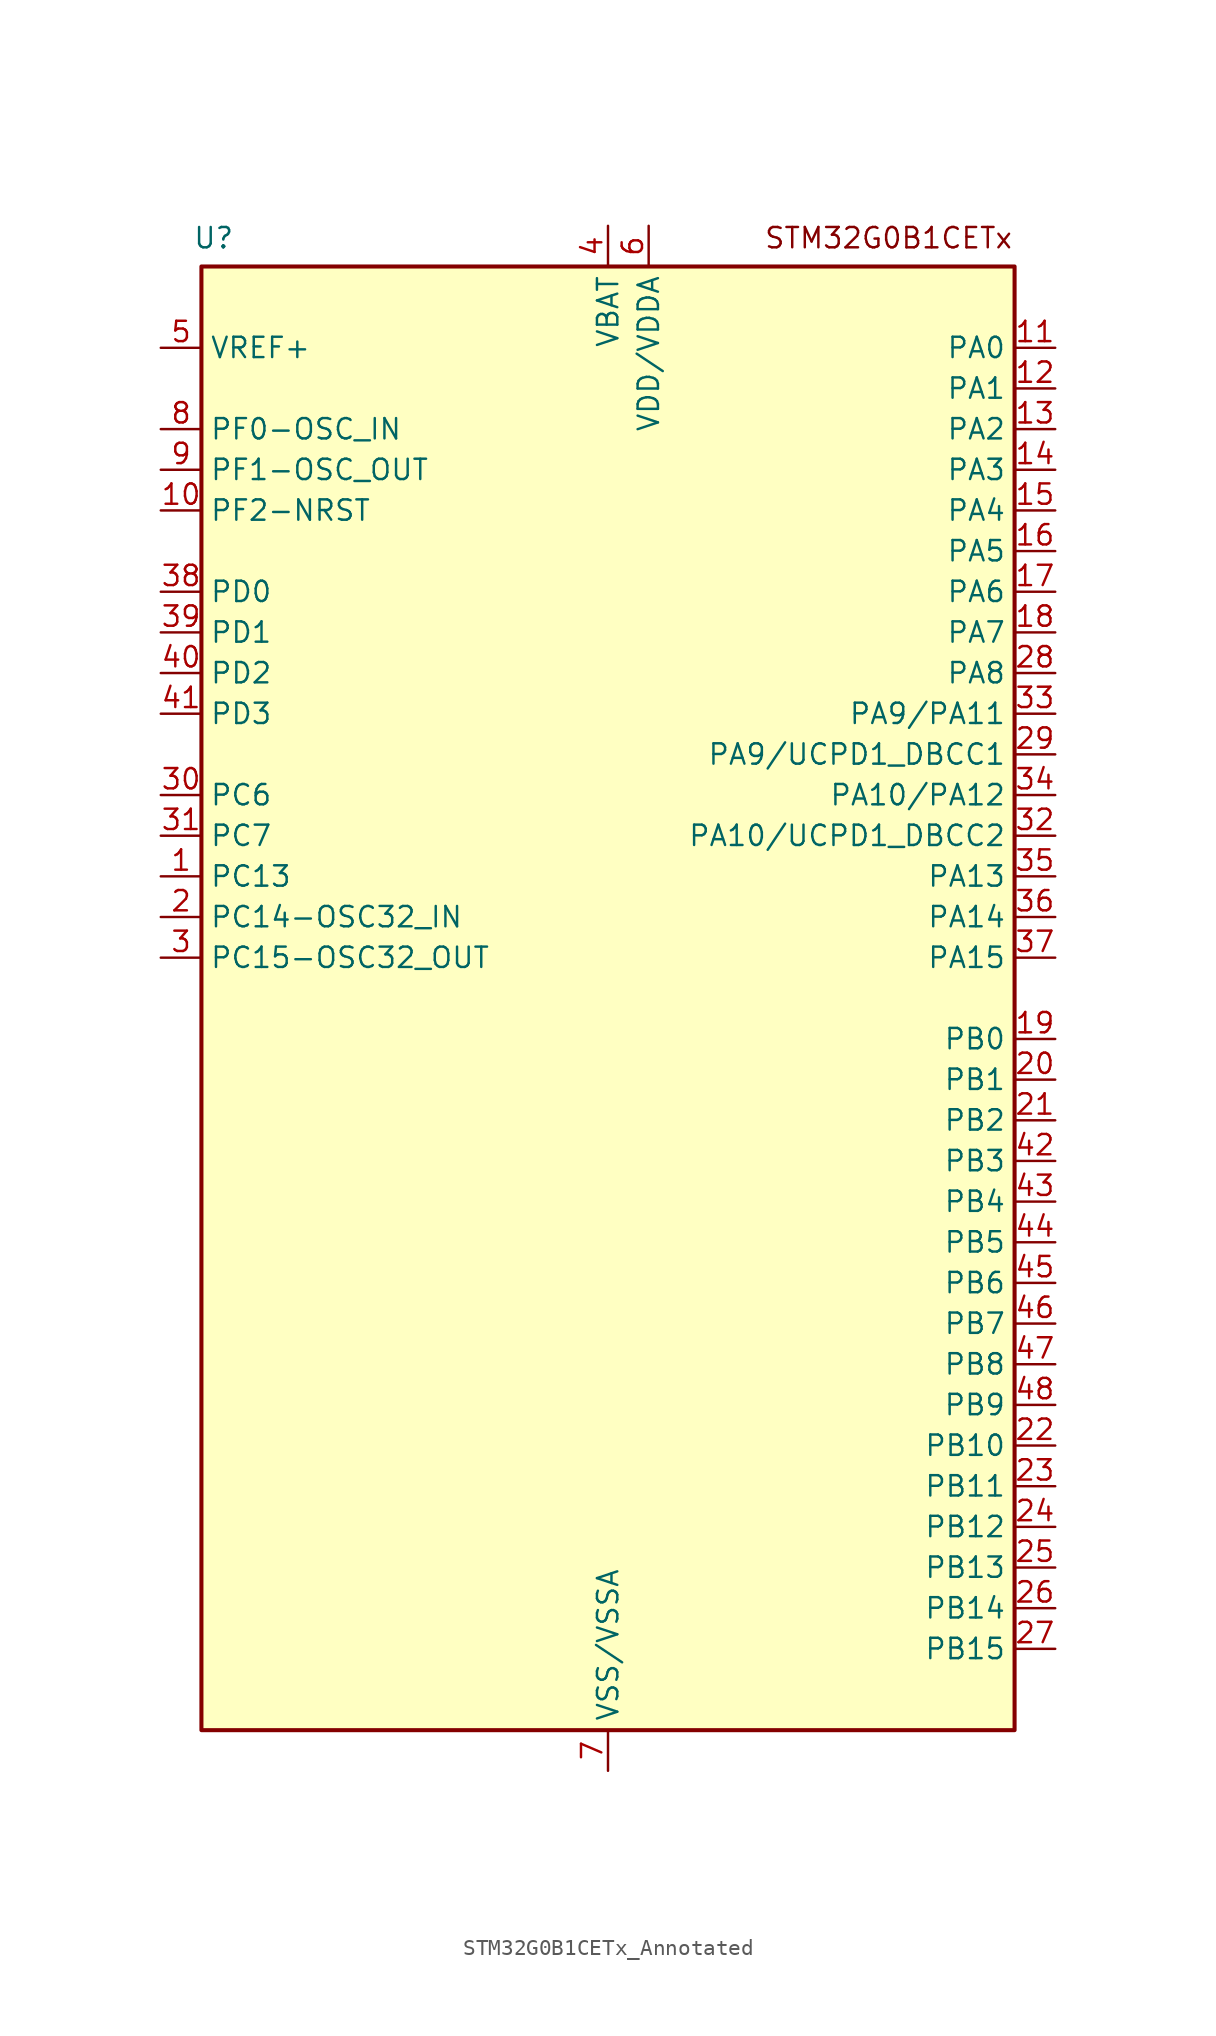
<source format=kicad_sym>
(kicad_symbol_lib
  (version 20241209)
  (generator "kicad_symbol_editor")
  (generator_version "9.0")
  (symbol "STM32G0B1CETx_Annotated"
    (property "Reference" "U"
      (at -24.638 55.118 0)
      (effects (font (size 1.27 1.27))))
    (property "Value" ""
      (at 0 0 0)
      (effects (font (size 1.27 1.27))))
    (symbol "STM32G0B1CETx_Annotated_0_1"
      (rectangle (start -25.4 53.34) (end 25.4 -38.1) (stroke (width 0.254) (type default)) (fill (type background))))
    (symbol "STM32G0B1CETx_Annotated_1_1"
      (text "STM32G0B1CETx\n" (at 17.526 55.118 0) (effects (font (size 1.27 1.27))))
      (pin input line (at -27.94 48.26 0) (length 2.54) (name "VREF+" (effects (font (size 1.27 1.27)))) (number "5" (effects (font (size 1.27 1.27)))) (alternate "VREFBUF_OUT" bidirectional line))
      (pin bidirectional line (at -27.94 43.18 0) (length 2.54) (name "PF0-OSC_IN" (effects (font (size 1.27 1.27)))) (number "8" (effects (font (size 1.27 1.27)))) (alternate "CRS1_SYNC" bidirectional line) (alternate "RCC_OSC_IN" bidirectional line) (alternate "TIM14_CH1" bidirectional line))
      (pin bidirectional line (at -27.94 40.64 0) (length 2.54) (name "PF1-OSC_OUT" (effects (font (size 1.27 1.27)))) (number "9" (effects (font (size 1.27 1.27)))) (alternate "RCC_OSC_EN" bidirectional line) (alternate "RCC_OSC_OUT" bidirectional line) (alternate "TIM15_CH1N" bidirectional line))
      (pin bidirectional line (at -27.94 38.1 0) (length 2.54) (name "PF2-NRST" (effects (font (size 1.27 1.27)))) (number "10" (effects (font (size 1.27 1.27)))) (alternate "LPUART2_DE" bidirectional line) (alternate "LPUART2_RTS" bidirectional line) (alternate "LPUART2_TX" bidirectional line) (alternate "RCC_MCO" bidirectional line))
      (pin bidirectional line (at -27.94 33.02 0) (length 2.54) (name "PD0" (effects (font (size 1.27 1.27)))) (number "38" (effects (font (size 1.27 1.27)))) (alternate "FDCAN1_RX" bidirectional line) (alternate "I2S2_WS" bidirectional line) (alternate "SPI2_NSS" bidirectional line) (alternate "TIM16_CH1" bidirectional line) (alternate "UCPD2_CC1" bidirectional line))
      (pin bidirectional line (at -27.94 30.48 0) (length 2.54) (name "PD1" (effects (font (size 1.27 1.27)))) (number "39" (effects (font (size 1.27 1.27)))) (alternate "FDCAN1_TX" bidirectional line) (alternate "I2S2_CK" bidirectional line) (alternate "SPI2_SCK" bidirectional line) (alternate "TIM17_CH1" bidirectional line) (alternate "UCPD2_DBCC1" bidirectional line))
      (pin bidirectional line (at -27.94 27.94 0) (length 2.54) (name "PD2" (effects (font (size 1.27 1.27)))) (number "40" (effects (font (size 1.27 1.27)))) (alternate "TIM1_CH1N" bidirectional line) (alternate "TIM3_ETR" bidirectional line) (alternate "UCPD2_CC2" bidirectional line) (alternate "USART3_CK" bidirectional line) (alternate "USART3_DE" bidirectional line) (alternate "USART3_RTS" bidirectional line) (alternate "USART5_RX" bidirectional line))
      (pin bidirectional line (at -27.94 25.4 0) (length 2.54) (name "PD3" (effects (font (size 1.27 1.27)))) (number "41" (effects (font (size 1.27 1.27)))) (alternate "I2S2_MCK" bidirectional line) (alternate "SPI2_MISO" bidirectional line) (alternate "TIM1_CH2N" bidirectional line) (alternate "UCPD2_DBCC2" bidirectional line) (alternate "USART2_CTS" bidirectional line) (alternate "USART2_NSS" bidirectional line) (alternate "USART5_TX" bidirectional line))
      (pin bidirectional line (at -27.94 20.32 0) (length 2.54) (name "PC6" (effects (font (size 1.27 1.27)))) (number "30" (effects (font (size 1.27 1.27)))) (alternate "LPUART2_TX" bidirectional line) (alternate "TIM2_CH3" bidirectional line) (alternate "TIM3_CH1" bidirectional line) (alternate "UCPD1_FRSTX1" bidirectional line) (alternate "UCPD1_FRSTX2" bidirectional line))
      (pin bidirectional line (at -27.94 17.78 0) (length 2.54) (name "PC7" (effects (font (size 1.27 1.27)))) (number "31" (effects (font (size 1.27 1.27)))) (alternate "LPUART2_RX" bidirectional line) (alternate "TIM2_CH4" bidirectional line) (alternate "TIM3_CH2" bidirectional line) (alternate "UCPD2_FRSTX1" bidirectional line) (alternate "UCPD2_FRSTX2" bidirectional line))
      (pin bidirectional line (at -27.94 15.24 0) (length 2.54) (name "PC13" (effects (font (size 1.27 1.27)))) (number "1" (effects (font (size 1.27 1.27)))) (alternate "RTC_OUT1" bidirectional line) (alternate "RTC_TAMP_IN1" bidirectional line) (alternate "RTC_TS" bidirectional line) (alternate "SYS_WKUP2" bidirectional line) (alternate "TIM1_BK" bidirectional line))
      (pin bidirectional line (at -27.94 12.7 0) (length 2.54) (name "PC14-OSC32_IN" (effects (font (size 1.27 1.27)))) (number "2" (effects (font (size 1.27 1.27)))) (alternate "RCC_OSC32_IN" bidirectional line) (alternate "TIM1_BK2" bidirectional line))
      (pin bidirectional line (at -27.94 10.16 0) (length 2.54) (name "PC15-OSC32_OUT" (effects (font (size 1.27 1.27)))) (number "3" (effects (font (size 1.27 1.27)))) (alternate "RCC_OSC32_EN" bidirectional line) (alternate "RCC_OSC32_OUT" bidirectional line) (alternate "RCC_OSC_EN" bidirectional line) (alternate "TIM15_BK" bidirectional line))
      (pin power_in line (at 0 55.88 270) (length 2.54) (name "VBAT" (effects (font (size 1.27 1.27)))) (number "4" (effects (font (size 1.27 1.27)))))
      (pin power_in line (at 0 -40.64 90) (length 2.54) (name "VSS/VSSA" (effects (font (size 1.27 1.27)))) (number "7" (effects (font (size 1.27 1.27)))))
      (pin power_in line (at 2.54 55.88 270) (length 2.54) (name "VDD/VDDA" (effects (font (size 1.27 1.27)))) (number "6" (effects (font (size 1.27 1.27)))))
      (pin bidirectional line (at 27.94 48.26 180) (length 2.54) (name "PA0" (effects (font (size 1.27 1.27)))) (number "11" (effects (font (size 1.27 1.27)))) (alternate "ADC1_IN0" bidirectional line) (alternate "COMP1_INM" bidirectional line) (alternate "COMP1_OUT" bidirectional line) (alternate "I2S2_CK" bidirectional line) (alternate "LPTIM1_OUT" bidirectional line) (alternate "RTC_TAMP_IN2" bidirectional line) (alternate "SPI2_SCK" bidirectional line) (alternate "SYS_WKUP1" bidirectional line) (alternate "TIM2_CH1" bidirectional line) (alternate "TIM2_ETR" bidirectional line) (alternate "UCPD2_FRSTX1" bidirectional line) (alternate "UCPD2_FRSTX2" bidirectional line) (alternate "USART2_CTS" bidirectional line) (alternate "USART2_NSS" bidirectional line) (alternate "USART4_TX" bidirectional line))
      (pin bidirectional line (at 27.94 45.72 180) (length 2.54) (name "PA1" (effects (font (size 1.27 1.27)))) (number "12" (effects (font (size 1.27 1.27)))) (alternate "ADC1_IN1" bidirectional line) (alternate "COMP1_INP" bidirectional line) (alternate "I2C1_SMBA" bidirectional line) (alternate "I2S1_CK" bidirectional line) (alternate "SPI1_SCK" bidirectional line) (alternate "TIM15_CH1N" bidirectional line) (alternate "TIM2_CH2" bidirectional line) (alternate "USART2_CK" bidirectional line) (alternate "USART2_DE" bidirectional line) (alternate "USART2_RTS" bidirectional line) (alternate "USART4_RX" bidirectional line))
      (pin bidirectional line (at 27.94 43.18 180) (length 2.54) (name "PA2" (effects (font (size 1.27 1.27)))) (number "13" (effects (font (size 1.27 1.27)))) (alternate "ADC1_IN2" bidirectional line) (alternate "COMP2_INM" bidirectional line) (alternate "COMP2_OUT" bidirectional line) (alternate "I2S1_SD" bidirectional line) (alternate "LPUART1_TX" bidirectional line) (alternate "RCC_LSCO" bidirectional line) (alternate "SPI1_MOSI" bidirectional line) (alternate "SYS_WKUP4" bidirectional line) (alternate "TIM15_CH1" bidirectional line) (alternate "TIM2_CH3" bidirectional line) (alternate "UCPD1_FRSTX1" bidirectional line) (alternate "UCPD1_FRSTX2" bidirectional line) (alternate "USART2_TX" bidirectional line))
      (pin bidirectional line (at 27.94 40.64 180) (length 2.54) (name "PA3" (effects (font (size 1.27 1.27)))) (number "14" (effects (font (size 1.27 1.27)))) (alternate "ADC1_IN3" bidirectional line) (alternate "COMP2_INP" bidirectional line) (alternate "I2S2_MCK" bidirectional line) (alternate "LPUART1_RX" bidirectional line) (alternate "SPI2_MISO" bidirectional line) (alternate "TIM15_CH2" bidirectional line) (alternate "TIM2_CH4" bidirectional line) (alternate "UCPD2_FRSTX1" bidirectional line) (alternate "UCPD2_FRSTX2" bidirectional line) (alternate "USART2_RX" bidirectional line))
      (pin bidirectional line (at 27.94 38.1 180) (length 2.54) (name "PA4" (effects (font (size 1.27 1.27)))) (number "15" (effects (font (size 1.27 1.27)))) (alternate "ADC1_IN4" bidirectional line) (alternate "DAC1_OUT1" bidirectional line) (alternate "I2S1_WS" bidirectional line) (alternate "I2S2_SD" bidirectional line) (alternate "LPTIM2_OUT" bidirectional line) (alternate "RTC_OUT2" bidirectional line) (alternate "SPI1_NSS" bidirectional line) (alternate "SPI2_MOSI" bidirectional line) (alternate "SPI3_NSS" bidirectional line) (alternate "TIM14_CH1" bidirectional line) (alternate "UCPD2_FRSTX1" bidirectional line) (alternate "UCPD2_FRSTX2" bidirectional line) (alternate "USART6_TX" bidirectional line) (alternate "USB_NOE" bidirectional line))
      (pin bidirectional line (at 27.94 35.56 180) (length 2.54) (name "PA5" (effects (font (size 1.27 1.27)))) (number "16" (effects (font (size 1.27 1.27)))) (alternate "ADC1_IN5" bidirectional line) (alternate "CEC" bidirectional line) (alternate "DAC1_OUT2" bidirectional line) (alternate "I2S1_CK" bidirectional line) (alternate "LPTIM2_ETR" bidirectional line) (alternate "SPI1_SCK" bidirectional line) (alternate "TIM2_CH1" bidirectional line) (alternate "TIM2_ETR" bidirectional line) (alternate "UCPD1_FRSTX1" bidirectional line) (alternate "UCPD1_FRSTX2" bidirectional line) (alternate "USART3_TX" bidirectional line) (alternate "USART6_RX" bidirectional line))
      (pin bidirectional line (at 27.94 33.02 180) (length 2.54) (name "PA6" (effects (font (size 1.27 1.27)))) (number "17" (effects (font (size 1.27 1.27)))) (alternate "ADC1_IN6" bidirectional line) (alternate "COMP1_OUT" bidirectional line) (alternate "I2C2_SDA" bidirectional line) (alternate "I2C3_SDA" bidirectional line) (alternate "I2S1_MCK" bidirectional line) (alternate "LPUART1_CTS" bidirectional line) (alternate "SPI1_MISO" bidirectional line) (alternate "TIM16_CH1" bidirectional line) (alternate "TIM1_BK" bidirectional line) (alternate "TIM3_CH1" bidirectional line) (alternate "USART3_CTS" bidirectional line) (alternate "USART3_NSS" bidirectional line) (alternate "USART6_CTS" bidirectional line) (alternate "USART6_NSS" bidirectional line))
      (pin bidirectional line (at 27.94 30.48 180) (length 2.54) (name "PA7" (effects (font (size 1.27 1.27)))) (number "18" (effects (font (size 1.27 1.27)))) (alternate "ADC1_IN7" bidirectional line) (alternate "COMP2_OUT" bidirectional line) (alternate "I2C2_SCL" bidirectional line) (alternate "I2C3_SCL" bidirectional line) (alternate "I2S1_SD" bidirectional line) (alternate "SPI1_MOSI" bidirectional line) (alternate "TIM14_CH1" bidirectional line) (alternate "TIM17_CH1" bidirectional line) (alternate "TIM1_CH1N" bidirectional line) (alternate "TIM3_CH2" bidirectional line) (alternate "UCPD1_FRSTX1" bidirectional line) (alternate "UCPD1_FRSTX2" bidirectional line) (alternate "USART6_CK" bidirectional line) (alternate "USART6_DE" bidirectional line) (alternate "USART6_RTS" bidirectional line))
      (pin bidirectional line (at 27.94 27.94 180) (length 2.54) (name "PA8" (effects (font (size 1.27 1.27)))) (number "28" (effects (font (size 1.27 1.27)))) (alternate "CRS1_SYNC" bidirectional line) (alternate "I2C2_SMBA" bidirectional line) (alternate "I2S2_WS" bidirectional line) (alternate "LPTIM2_OUT" bidirectional line) (alternate "RCC_MCO" bidirectional line) (alternate "SPI2_NSS" bidirectional line) (alternate "TIM1_CH1" bidirectional line) (alternate "UCPD1_CC1" bidirectional line))
      (pin bidirectional line (at 27.94 25.4 180) (length 2.54) (name "PA9/PA11" (effects (font (size 1.27 1.27)))) (number "33" (effects (font (size 1.27 1.27)))) (alternate "ADC1_EXTI11 (PA11)" bidirectional line) (alternate "COMP1_OUT (PA11)" bidirectional line) (alternate "DAC1_EXTI9 (PA9)" bidirectional line) (alternate "FDCAN1_RX (PA11)" bidirectional line) (alternate "I2C1_SCL (PA9)" bidirectional line) (alternate "I2C2_SCL (PA11)" bidirectional line) (alternate "I2C2_SCL (PA9)" bidirectional line) (alternate "I2S1_MCK (PA11)" bidirectional line) (alternate "I2S2_MCK (PA9)" bidirectional line) (alternate "PA11" bidirectional line) (alternate "PA9" bidirectional line) (alternate "RCC_MCO (PA9)" bidirectional line) (alternate "SPI1_MISO (PA11)" bidirectional line) (alternate "SPI2_MISO (PA9)" bidirectional line) (alternate "TIM15_BK (PA9)" bidirectional line) (alternate "TIM1_BK2 (PA11)" bidirectional line) (alternate "TIM1_CH2 (PA9)" bidirectional line) (alternate "TIM1_CH4 (PA11)" bidirectional line) (alternate "UCPD1_DBCC1 (PA9)" bidirectional line) (alternate "USART1_CTS (PA11)" bidirectional line) (alternate "USART1_NSS (PA11)" bidirectional line) (alternate "USART1_TX (PA9)" bidirectional line) (alternate "USB_DM (PA11)" bidirectional line))
      (pin bidirectional line (at 27.94 22.86 180) (length 2.54) (name "PA9/UCPD1_DBCC1" (effects (font (size 1.27 1.27)))) (number "29" (effects (font (size 1.27 1.27)))) (alternate "DAC1_EXTI9 (PA9)" bidirectional line) (alternate "I2C1_SCL (PA9)" bidirectional line) (alternate "I2C2_SCL (PA9)" bidirectional line) (alternate "I2S2_MCK (PA9)" bidirectional line) (alternate "PA9" bidirectional line) (alternate "RCC_MCO (PA9)" bidirectional line) (alternate "SPI2_MISO (PA9)" bidirectional line) (alternate "TIM15_BK (PA9)" bidirectional line) (alternate "TIM1_CH2 (PA9)" bidirectional line) (alternate "UCPD1_DBCC1" bidirectional line) (alternate "UCPD1_DBCC1 (PA9)" bidirectional line) (alternate "UCPD1_DBCC1 (UCPD1_DBCC1)" bidirectional line) (alternate "USART1_TX (PA9)" bidirectional line))
      (pin bidirectional line (at 27.94 20.32 180) (length 2.54) (name "PA10/PA12" (effects (font (size 1.27 1.27)))) (number "34" (effects (font (size 1.27 1.27)))) (alternate "COMP2_OUT (PA12)" bidirectional line) (alternate "FDCAN1_TX (PA12)" bidirectional line) (alternate "I2C1_SDA (PA10)" bidirectional line) (alternate "I2C2_SDA (PA10)" bidirectional line) (alternate "I2C2_SDA (PA12)" bidirectional line) (alternate "I2S1_SD (PA12)" bidirectional line) (alternate "I2S2_SD (PA10)" bidirectional line) (alternate "I2S_CKIN (PA12)" bidirectional line) (alternate "PA10" bidirectional line) (alternate "PA12" bidirectional line) (alternate "RCC_MCO_2 (PA10)" bidirectional line) (alternate "SPI1_MOSI (PA12)" bidirectional line) (alternate "SPI2_MOSI (PA10)" bidirectional line) (alternate "TIM17_BK (PA10)" bidirectional line) (alternate "TIM1_CH3 (PA10)" bidirectional line) (alternate "TIM1_ETR (PA12)" bidirectional line) (alternate "UCPD1_DBCC2 (PA10)" bidirectional line) (alternate "USART1_CK (PA12)" bidirectional line) (alternate "USART1_DE (PA12)" bidirectional line) (alternate "USART1_RTS (PA12)" bidirectional line) (alternate "USART1_RX (PA10)" bidirectional line) (alternate "USB_DP (PA12)" bidirectional line))
      (pin bidirectional line (at 27.94 17.78 180) (length 2.54) (name "PA10/UCPD1_DBCC2" (effects (font (size 1.27 1.27)))) (number "32" (effects (font (size 1.27 1.27)))) (alternate "I2C1_SDA (PA10)" bidirectional line) (alternate "I2C2_SDA (PA10)" bidirectional line) (alternate "I2S2_SD (PA10)" bidirectional line) (alternate "PA10" bidirectional line) (alternate "RCC_MCO_2 (PA10)" bidirectional line) (alternate "SPI2_MOSI (PA10)" bidirectional line) (alternate "TIM17_BK (PA10)" bidirectional line) (alternate "TIM1_CH3 (PA10)" bidirectional line) (alternate "UCPD1_DBCC2" bidirectional line) (alternate "UCPD1_DBCC2 (PA10)" bidirectional line) (alternate "UCPD1_DBCC2 (UCPD1_DBCC2)" bidirectional line) (alternate "USART1_RX (PA10)" bidirectional line))
      (pin bidirectional line (at 27.94 15.24 180) (length 2.54) (name "PA13" (effects (font (size 1.27 1.27)))) (number "35" (effects (font (size 1.27 1.27)))) (alternate "IR_OUT" bidirectional line) (alternate "LPUART2_RX" bidirectional line) (alternate "SYS_SWDIO" bidirectional line) (alternate "USB_NOE" bidirectional line))
      (pin bidirectional line (at 27.94 12.7 180) (length 2.54) (name "PA14" (effects (font (size 1.27 1.27)))) (number "36" (effects (font (size 1.27 1.27)))) (alternate "LPUART2_TX" bidirectional line) (alternate "SYS_SWCLK" bidirectional line) (alternate "USART2_TX" bidirectional line))
      (pin bidirectional line (at 27.94 10.16 180) (length 2.54) (name "PA15" (effects (font (size 1.27 1.27)))) (number "37" (effects (font (size 1.27 1.27)))) (alternate "I2C2_SMBA" bidirectional line) (alternate "I2S1_WS" bidirectional line) (alternate "RCC_MCO_2" bidirectional line) (alternate "SPI1_NSS" bidirectional line) (alternate "SPI3_NSS" bidirectional line) (alternate "TIM2_CH1" bidirectional line) (alternate "TIM2_ETR" bidirectional line) (alternate "USART2_RX" bidirectional line) (alternate "USART3_CK" bidirectional line) (alternate "USART3_DE" bidirectional line) (alternate "USART3_RTS" bidirectional line) (alternate "USART4_CK" bidirectional line) (alternate "USART4_DE" bidirectional line) (alternate "USART4_RTS" bidirectional line) (alternate "USB_NOE" bidirectional line))
      (pin bidirectional line (at 27.94 5.08 180) (length 2.54) (name "PB0" (effects (font (size 1.27 1.27)))) (number "19" (effects (font (size 1.27 1.27)))) (alternate "ADC1_IN8" bidirectional line) (alternate "COMP1_OUT" bidirectional line) (alternate "COMP3_INP" bidirectional line) (alternate "FDCAN2_RX" bidirectional line) (alternate "I2S1_WS" bidirectional line) (alternate "LPTIM1_OUT" bidirectional line) (alternate "LPUART2_CTS" bidirectional line) (alternate "SPI1_NSS" bidirectional line) (alternate "TIM1_CH2N" bidirectional line) (alternate "TIM3_CH3" bidirectional line) (alternate "UCPD1_FRSTX1" bidirectional line) (alternate "UCPD1_FRSTX2" bidirectional line) (alternate "USART3_RX" bidirectional line) (alternate "USART5_TX" bidirectional line))
      (pin bidirectional line (at 27.94 2.54 180) (length 2.54) (name "PB1" (effects (font (size 1.27 1.27)))) (number "20" (effects (font (size 1.27 1.27)))) (alternate "ADC1_IN9" bidirectional line) (alternate "COMP1_INM" bidirectional line) (alternate "COMP3_OUT" bidirectional line) (alternate "FDCAN2_TX" bidirectional line) (alternate "LPTIM2_IN1" bidirectional line) (alternate "LPUART1_DE" bidirectional line) (alternate "LPUART1_RTS" bidirectional line) (alternate "LPUART2_DE" bidirectional line) (alternate "LPUART2_RTS" bidirectional line) (alternate "TIM14_CH1" bidirectional line) (alternate "TIM1_CH3N" bidirectional line) (alternate "TIM3_CH4" bidirectional line) (alternate "USART3_CK" bidirectional line) (alternate "USART3_DE" bidirectional line) (alternate "USART3_RTS" bidirectional line) (alternate "USART5_RX" bidirectional line))
      (pin bidirectional line (at 27.94 0 180) (length 2.54) (name "PB2" (effects (font (size 1.27 1.27)))) (number "21" (effects (font (size 1.27 1.27)))) (alternate "ADC1_IN10" bidirectional line) (alternate "COMP1_INP" bidirectional line) (alternate "COMP3_INM" bidirectional line) (alternate "I2S2_MCK" bidirectional line) (alternate "LPTIM1_OUT" bidirectional line) (alternate "RCC_MCO_2" bidirectional line) (alternate "SPI2_MISO" bidirectional line) (alternate "USART3_TX" bidirectional line))
      (pin bidirectional line (at 27.94 -2.54 180) (length 2.54) (name "PB3" (effects (font (size 1.27 1.27)))) (number "42" (effects (font (size 1.27 1.27)))) (alternate "COMP2_INM" bidirectional line) (alternate "I2C2_SCL" bidirectional line) (alternate "I2C3_SCL" bidirectional line) (alternate "I2S1_CK" bidirectional line) (alternate "SPI1_SCK" bidirectional line) (alternate "SPI3_SCK" bidirectional line) (alternate "TIM1_CH2" bidirectional line) (alternate "TIM2_CH2" bidirectional line) (alternate "USART1_CK" bidirectional line) (alternate "USART1_DE" bidirectional line) (alternate "USART1_RTS" bidirectional line) (alternate "USART5_TX" bidirectional line))
      (pin bidirectional line (at 27.94 -5.08 180) (length 2.54) (name "PB4" (effects (font (size 1.27 1.27)))) (number "43" (effects (font (size 1.27 1.27)))) (alternate "COMP2_INP" bidirectional line) (alternate "I2C2_SDA" bidirectional line) (alternate "I2C3_SDA" bidirectional line) (alternate "I2S1_MCK" bidirectional line) (alternate "SPI1_MISO" bidirectional line) (alternate "SPI3_MISO" bidirectional line) (alternate "TIM17_BK" bidirectional line) (alternate "TIM3_CH1" bidirectional line) (alternate "USART1_CTS" bidirectional line) (alternate "USART1_NSS" bidirectional line) (alternate "USART5_RX" bidirectional line))
      (pin bidirectional line (at 27.94 -7.62 180) (length 2.54) (name "PB5" (effects (font (size 1.27 1.27)))) (number "44" (effects (font (size 1.27 1.27)))) (alternate "COMP2_OUT" bidirectional line) (alternate "FDCAN2_RX" bidirectional line) (alternate "I2C1_SMBA" bidirectional line) (alternate "I2S1_SD" bidirectional line) (alternate "LPTIM1_IN1" bidirectional line) (alternate "SPI1_MOSI" bidirectional line) (alternate "SPI3_MOSI" bidirectional line) (alternate "SYS_WKUP6" bidirectional line) (alternate "TIM16_BK" bidirectional line) (alternate "TIM3_CH2" bidirectional line) (alternate "USART5_CK" bidirectional line) (alternate "USART5_DE" bidirectional line) (alternate "USART5_RTS" bidirectional line))
      (pin bidirectional line (at 27.94 -10.16 180) (length 2.54) (name "PB6" (effects (font (size 1.27 1.27)))) (number "45" (effects (font (size 1.27 1.27)))) (alternate "COMP2_INP" bidirectional line) (alternate "FDCAN2_TX" bidirectional line) (alternate "I2C1_SCL" bidirectional line) (alternate "I2S2_MCK" bidirectional line) (alternate "LPTIM1_ETR" bidirectional line) (alternate "LPUART2_TX" bidirectional line) (alternate "SPI2_MISO" bidirectional line) (alternate "TIM16_CH1N" bidirectional line) (alternate "TIM1_CH3" bidirectional line) (alternate "TIM4_CH1" bidirectional line) (alternate "USART1_TX" bidirectional line) (alternate "USART5_CTS" bidirectional line) (alternate "USART5_NSS" bidirectional line))
      (pin bidirectional line (at 27.94 -12.7 180) (length 2.54) (name "PB7" (effects (font (size 1.27 1.27)))) (number "46" (effects (font (size 1.27 1.27)))) (alternate "COMP2_INM" bidirectional line) (alternate "I2C1_SDA" bidirectional line) (alternate "I2S2_SD" bidirectional line) (alternate "LPTIM1_IN2" bidirectional line) (alternate "LPUART2_RX" bidirectional line) (alternate "SPI2_MOSI" bidirectional line) (alternate "SYS_PVD_IN" bidirectional line) (alternate "TIM17_CH1N" bidirectional line) (alternate "TIM4_CH2" bidirectional line) (alternate "USART1_RX" bidirectional line) (alternate "USART4_CTS" bidirectional line) (alternate "USART4_NSS" bidirectional line))
      (pin bidirectional line (at 27.94 -15.24 180) (length 2.54) (name "PB8" (effects (font (size 1.27 1.27)))) (number "47" (effects (font (size 1.27 1.27)))) (alternate "CEC" bidirectional line) (alternate "FDCAN1_RX" bidirectional line) (alternate "I2C1_SCL" bidirectional line) (alternate "I2S2_CK" bidirectional line) (alternate "SPI2_SCK" bidirectional line) (alternate "TIM15_BK" bidirectional line) (alternate "TIM16_CH1" bidirectional line) (alternate "TIM4_CH3" bidirectional line) (alternate "USART3_TX" bidirectional line) (alternate "USART6_TX" bidirectional line))
      (pin bidirectional line (at 27.94 -17.78 180) (length 2.54) (name "PB9" (effects (font (size 1.27 1.27)))) (number "48" (effects (font (size 1.27 1.27)))) (alternate "DAC1_EXTI9" bidirectional line) (alternate "FDCAN1_TX" bidirectional line) (alternate "I2C1_SDA" bidirectional line) (alternate "I2S2_WS" bidirectional line) (alternate "IR_OUT" bidirectional line) (alternate "SPI2_NSS" bidirectional line) (alternate "TIM17_CH1" bidirectional line) (alternate "TIM4_CH4" bidirectional line) (alternate "UCPD2_FRSTX1" bidirectional line) (alternate "UCPD2_FRSTX2" bidirectional line) (alternate "USART3_RX" bidirectional line) (alternate "USART6_RX" bidirectional line))
      (pin bidirectional line (at 27.94 -20.32 180) (length 2.54) (name "PB10" (effects (font (size 1.27 1.27)))) (number "22" (effects (font (size 1.27 1.27)))) (alternate "ADC1_IN11" bidirectional line) (alternate "CEC" bidirectional line) (alternate "COMP1_OUT" bidirectional line) (alternate "I2C2_SCL" bidirectional line) (alternate "I2S2_CK" bidirectional line) (alternate "LPUART1_RX" bidirectional line) (alternate "SPI2_SCK" bidirectional line) (alternate "TIM2_CH3" bidirectional line) (alternate "USART3_TX" bidirectional line))
      (pin bidirectional line (at 27.94 -22.86 180) (length 2.54) (name "PB11" (effects (font (size 1.27 1.27)))) (number "23" (effects (font (size 1.27 1.27)))) (alternate "ADC1_EXTI11" bidirectional line) (alternate "ADC1_IN15" bidirectional line) (alternate "COMP2_OUT" bidirectional line) (alternate "I2C2_SDA" bidirectional line) (alternate "I2S2_SD" bidirectional line) (alternate "LPUART1_TX" bidirectional line) (alternate "SPI2_MOSI" bidirectional line) (alternate "TIM2_CH4" bidirectional line) (alternate "USART3_RX" bidirectional line))
      (pin bidirectional line (at 27.94 -25.4 180) (length 2.54) (name "PB12" (effects (font (size 1.27 1.27)))) (number "24" (effects (font (size 1.27 1.27)))) (alternate "ADC1_IN16" bidirectional line) (alternate "FDCAN2_RX" bidirectional line) (alternate "I2C2_SMBA" bidirectional line) (alternate "I2S2_WS" bidirectional line) (alternate "LPUART1_DE" bidirectional line) (alternate "LPUART1_RTS" bidirectional line) (alternate "SPI2_NSS" bidirectional line) (alternate "TIM15_BK" bidirectional line) (alternate "TIM1_BK" bidirectional line) (alternate "UCPD2_FRSTX1" bidirectional line) (alternate "UCPD2_FRSTX2" bidirectional line))
      (pin bidirectional line (at 27.94 -27.94 180) (length 2.54) (name "PB13" (effects (font (size 1.27 1.27)))) (number "25" (effects (font (size 1.27 1.27)))) (alternate "FDCAN2_TX" bidirectional line) (alternate "I2C2_SCL" bidirectional line) (alternate "I2S2_CK" bidirectional line) (alternate "LPUART1_CTS" bidirectional line) (alternate "SPI2_SCK" bidirectional line) (alternate "TIM15_CH1N" bidirectional line) (alternate "TIM1_CH1N" bidirectional line) (alternate "USART3_CTS" bidirectional line) (alternate "USART3_NSS" bidirectional line))
      (pin bidirectional line (at 27.94 -30.48 180) (length 2.54) (name "PB14" (effects (font (size 1.27 1.27)))) (number "26" (effects (font (size 1.27 1.27)))) (alternate "I2C2_SDA" bidirectional line) (alternate "I2S2_MCK" bidirectional line) (alternate "SPI2_MISO" bidirectional line) (alternate "TIM15_CH1" bidirectional line) (alternate "TIM1_CH2N" bidirectional line) (alternate "UCPD1_FRSTX1" bidirectional line) (alternate "UCPD1_FRSTX2" bidirectional line) (alternate "USART3_CK" bidirectional line) (alternate "USART3_DE" bidirectional line) (alternate "USART3_RTS" bidirectional line) (alternate "USART6_CK" bidirectional line) (alternate "USART6_DE" bidirectional line) (alternate "USART6_RTS" bidirectional line))
      (pin bidirectional line (at 27.94 -33.02 180) (length 2.54) (name "PB15" (effects (font (size 1.27 1.27)))) (number "27" (effects (font (size 1.27 1.27)))) (alternate "I2S2_SD" bidirectional line) (alternate "RTC_REFIN" bidirectional line) (alternate "SPI2_MOSI" bidirectional line) (alternate "TIM15_CH1N" bidirectional line) (alternate "TIM15_CH2" bidirectional line) (alternate "TIM1_CH3N" bidirectional line) (alternate "UCPD1_CC2" bidirectional line) (alternate "USART6_CTS" bidirectional line) (alternate "USART6_NSS" bidirectional line)))))
</source>
